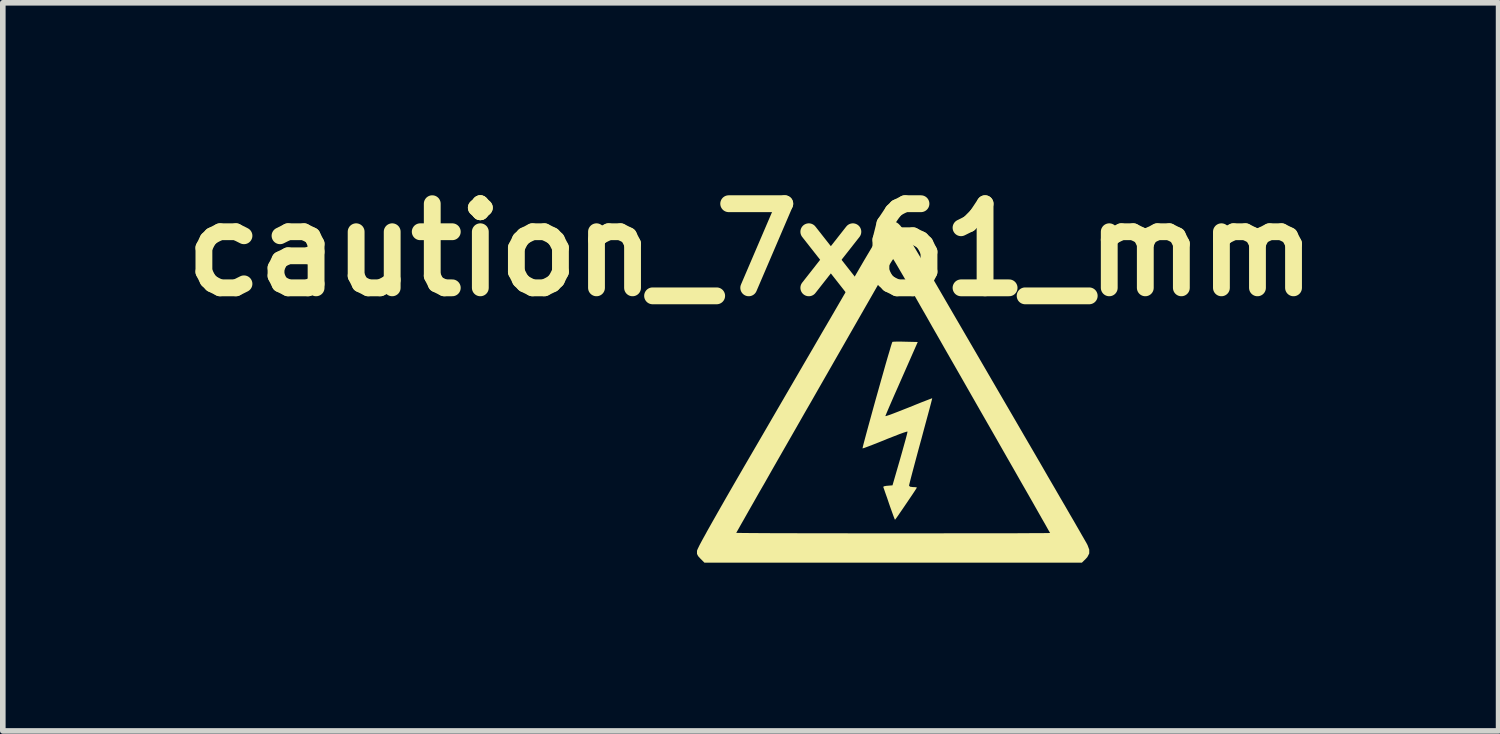
<source format=kicad_pcb>
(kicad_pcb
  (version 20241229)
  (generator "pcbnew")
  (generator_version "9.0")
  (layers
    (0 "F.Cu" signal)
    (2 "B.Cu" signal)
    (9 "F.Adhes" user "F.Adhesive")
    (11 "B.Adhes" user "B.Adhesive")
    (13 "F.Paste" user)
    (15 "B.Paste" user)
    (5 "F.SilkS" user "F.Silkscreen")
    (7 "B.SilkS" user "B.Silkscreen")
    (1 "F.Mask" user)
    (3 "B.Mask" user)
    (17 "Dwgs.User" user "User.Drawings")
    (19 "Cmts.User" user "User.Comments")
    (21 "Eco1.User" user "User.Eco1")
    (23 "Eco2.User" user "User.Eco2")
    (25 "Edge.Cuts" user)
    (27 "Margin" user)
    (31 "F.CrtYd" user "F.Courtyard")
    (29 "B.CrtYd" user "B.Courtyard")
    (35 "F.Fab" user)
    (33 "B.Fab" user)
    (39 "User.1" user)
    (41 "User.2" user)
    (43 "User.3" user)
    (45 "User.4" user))
  (footprint "caution_7x61_mm"
    (layer "F.Cu")
    (at 12.876 3.944)
    (property "Reference" "caution_7x61_mm" (at -2.54 -2.54 0) (layer "F.SilkS") (effects (font (size 1.5 1.5) (thickness 0.3))))
    (attr board_only exclude_from_pos_files exclude_from_bom)
    (fp_poly (pts (xy 0.14 -0.903) (xy 0.216 -0.901) (xy 0.438 -0.896) (xy 0.15 -0.242) (xy 0.083 -0.09) (xy 0.021 0.05) (xy -0.033 0.174) (xy -0.078 0.278) (xy -0.112 0.358) (xy -0.133 0.409) (xy -0.14 0.426) (xy -0.123 0.423) (xy -0.073 0.407) (xy 0.003 0.379) (xy 0.101 0.341) (xy 0.215 0.296) (xy 0.276 0.272) (xy 0.397 0.223) (xy 0.504 0.18) (xy 0.592 0.146) (xy 0.657 0.121) (xy 0.692 0.108) (xy 0.696 0.107) (xy 0.692 0.126) (xy 0.678 0.181) (xy 0.656 0.265) (xy 0.626 0.377) (xy 0.59 0.51) (xy 0.549 0.661) (xy 0.505 0.826) (xy 0.491 0.876) (xy 0.445 1.045) (xy 0.403 1.202) (xy 0.365 1.344) (xy 0.333 1.465) (xy 0.308 1.561) (xy 0.291 1.629) (xy 0.283 1.663) (xy 0.283 1.665) (xy 0.3 1.684) (xy 0.35 1.691) (xy 0.352 1.691) (xy 0.399 1.693) (xy 0.422 1.698) (xy 0.423 1.699) (xy 0.412 1.718) (xy 0.383 1.763) (xy 0.34 1.828) (xy 0.288 1.905) (xy 0.231 1.989) (xy 0.174 2.073) (xy 0.121 2.15) (xy 0.077 2.214) (xy 0.046 2.257) (xy 0.032 2.274) (xy 0.032 2.274) (xy 0.024 2.256) (xy 0.005 2.207) (xy -0.022 2.132) (xy -0.055 2.04) (xy -0.073 1.988) (xy -0.107 1.887) (xy -0.138 1.8) (xy -0.161 1.733) (xy -0.175 1.694) (xy -0.177 1.688) (xy -0.164 1.677) (xy -0.121 1.669) (xy -0.098 1.667) (xy -0.012 1.66) (xy 0.125 1.187) (xy 0.162 1.056) (xy 0.195 0.937) (xy 0.223 0.837) (xy 0.243 0.761) (xy 0.254 0.713) (xy 0.256 0.701) (xy 0.237 0.704) (xy 0.186 0.72) (xy 0.109 0.748) (xy 0.012 0.786) (xy -0.101 0.83) (xy -0.141 0.847) (xy -0.258 0.894) (xy -0.362 0.935) (xy -0.448 0.968) (xy -0.51 0.991) (xy -0.543 1.001) (xy -0.546 1.001) (xy -0.543 0.982) (xy -0.53 0.928) (xy -0.508 0.845) (xy -0.479 0.737) (xy -0.444 0.608) (xy -0.404 0.463) (xy -0.361 0.306) (xy -0.316 0.143) (xy -0.269 -0.023) (xy -0.223 -0.187) (xy -0.178 -0.345) (xy -0.137 -0.491) (xy -0.099 -0.622) (xy -0.066 -0.732) (xy -0.041 -0.818) (xy -0.023 -0.875) (xy -0.014 -0.898) (xy -0.014 -0.898) (xy 0.008 -0.901) (xy 0.063 -0.903)) (stroke (width 0) (type solid)) (fill yes) (layer "F.SilkS"))
    (fp_poly (pts (xy 0.025 -3.038) (xy 0.048 -3.033) (xy 0.071 -3.022) (xy 0.097 -3.002) (xy 0.127 -2.971) (xy 0.163 -2.926) (xy 0.205 -2.865) (xy 0.258 -2.785) (xy 0.32 -2.683) (xy 0.396 -2.557) (xy 0.486 -2.405) (xy 0.592 -2.224) (xy 0.716 -2.011) (xy 0.758 -1.939) (xy 1.038 -1.457) (xy 1.299 -1.009) (xy 1.541 -0.593) (xy 1.765 -0.208) (xy 1.971 0.146) (xy 2.161 0.472) (xy 2.334 0.77) (xy 2.492 1.041) (xy 2.635 1.287) (xy 2.763 1.509) (xy 2.879 1.708) (xy 2.981 1.884) (xy 3.072 2.04) (xy 3.151 2.177) (xy 3.22 2.295) (xy 3.278 2.396) (xy 3.327 2.481) (xy 3.367 2.551) (xy 3.4 2.608) (xy 3.425 2.652) (xy 3.444 2.684) (xy 3.456 2.707) (xy 3.463 2.72) (xy 3.464 2.721) (xy 3.496 2.806) (xy 3.496 2.875) (xy 3.462 2.94) (xy 3.434 2.971) (xy 3.365 3.039) (xy 0 3.039) (xy -3.365 3.039) (xy -3.436 2.968) (xy -3.479 2.921) (xy -3.498 2.882) (xy -3.498 2.836) (xy -3.497 2.822) (xy -3.484 2.791) (xy -3.452 2.725) (xy -3.399 2.626) (xy -3.333 2.507) (xy -2.798 2.507) (xy -2.778 2.508) (xy -2.72 2.509) (xy -2.627 2.51) (xy -2.5 2.511) (xy -2.342 2.512) (xy -2.155 2.513) (xy -1.942 2.513) (xy -1.705 2.514) (xy -1.445 2.515) (xy -1.166 2.515) (xy -0.869 2.515) (xy -0.558 2.516) (xy -0.233 2.516) (xy 0 2.516) (xy 0.332 2.516) (xy 0.653 2.516) (xy 0.96 2.515) (xy 1.252 2.515) (xy 1.525 2.515) (xy 1.779 2.515) (xy 2.009 2.514) (xy 2.215 2.514) (xy 2.393 2.513) (xy 2.542 2.512) (xy 2.659 2.512) (xy 2.741 2.511) (xy 2.788 2.51) (xy 2.798 2.51) (xy 2.788 2.492) (xy 2.759 2.442) (xy 2.714 2.361) (xy 2.652 2.253) (xy 2.576 2.119) (xy 2.487 1.962) (xy 2.386 1.785) (xy 2.274 1.59) (xy 2.154 1.379) (xy 2.025 1.154) (xy 1.891 0.919) (xy 1.837 0.824) (xy 1.688 0.564) (xy 1.536 0.299) (xy 1.384 0.033) (xy 1.234 -0.23) (xy 1.088 -0.485) (xy 0.948 -0.729) (xy 0.818 -0.957) (xy 0.698 -1.166) (xy 0.593 -1.352) (xy 0.502 -1.51) (xy 0.443 -1.614) (xy 0.352 -1.774) (xy 0.267 -1.922) (xy 0.19 -2.055) (xy 0.123 -2.169) (xy 0.069 -2.262) (xy 0.029 -2.329) (xy 0.006 -2.366) (xy 0 -2.374) (xy -0.013 -2.357) (xy -0.042 -2.311) (xy -0.084 -2.241) (xy -0.135 -2.153) (xy -0.184 -2.067) (xy -0.216 -2.01) (xy -0.267 -1.921) (xy -0.335 -1.802) (xy -0.419 -1.655) (xy -0.517 -1.484) (xy -0.628 -1.29) (xy -0.75 -1.077) (xy -0.882 -0.846) (xy -1.022 -0.602) (xy -1.169 -0.345) (xy -1.322 -0.078) (xy -1.478 0.195) (xy -1.578 0.368) (xy -1.732 0.638) (xy -1.881 0.898) (xy -2.023 1.146) (xy -2.157 1.38) (xy -2.281 1.599) (xy -2.396 1.798) (xy -2.498 1.978) (xy -2.587 2.134) (xy -2.662 2.267) (xy -2.722 2.372) (xy -2.765 2.449) (xy -2.791 2.494) (xy -2.798 2.507) (xy -3.333 2.507) (xy -3.326 2.493) (xy -3.232 2.326) (xy -3.118 2.125) (xy -2.984 1.89) (xy -2.829 1.621) (xy -2.653 1.317) (xy -2.456 0.979) (xy -2.425 0.926) (xy -2.264 0.649) (xy -2.098 0.363) (xy -1.928 0.071) (xy -1.758 -0.221) (xy -1.59 -0.51) (xy -1.426 -0.791) (xy -1.27 -1.06) (xy -1.123 -1.311) (xy -0.989 -1.542) (xy -0.87 -1.747) (xy -0.768 -1.922) (xy -0.758 -1.939) (xy -0.628 -2.162) (xy -0.517 -2.353) (xy -0.422 -2.513) (xy -0.342 -2.647) (xy -0.276 -2.756) (xy -0.22 -2.842) (xy -0.175 -2.909) (xy -0.137 -2.959) (xy -0.106 -2.994) (xy -0.079 -3.017) (xy -0.055 -3.031) (xy -0.032 -3.037) (xy -0.008 -3.039) (xy 0 -3.039)) (stroke (width 0) (type solid)) (fill yes) (layer "F.SilkS")))
  (gr_rect
    (start -3 -3)
    (end 23.671 9.983)
    (stroke (width 0.1) (type default))
    (fill no)
    (layer "Edge.Cuts")))
</source>
